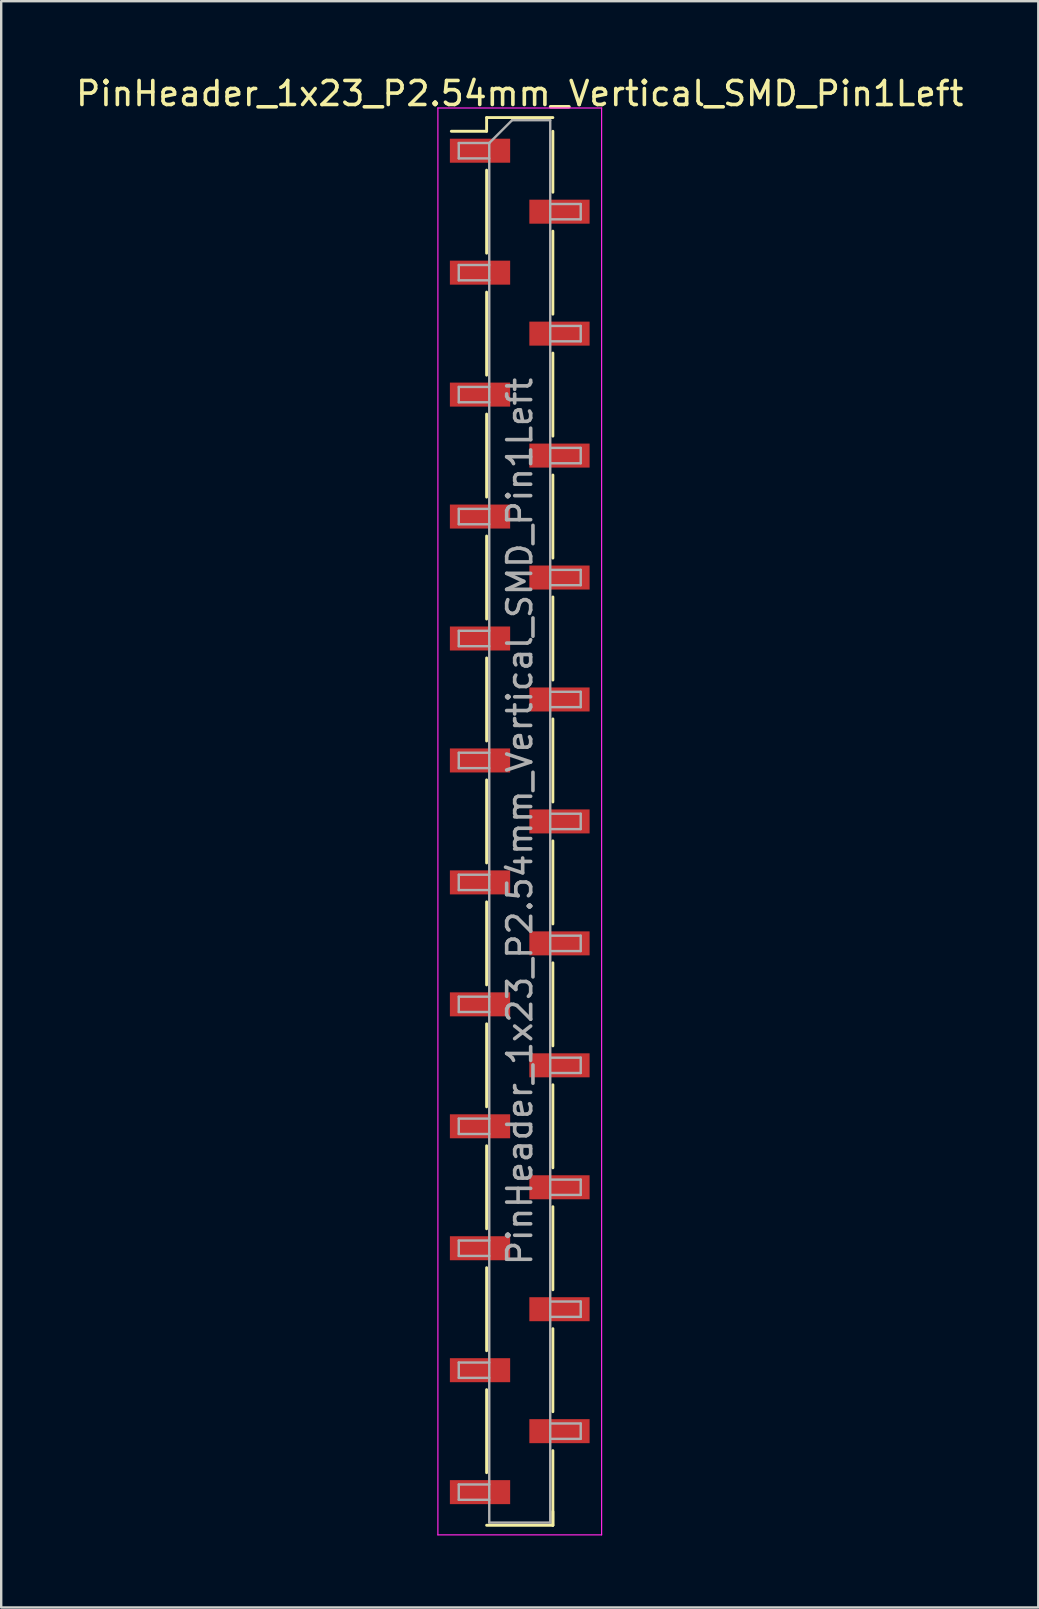
<source format=kicad_pcb>
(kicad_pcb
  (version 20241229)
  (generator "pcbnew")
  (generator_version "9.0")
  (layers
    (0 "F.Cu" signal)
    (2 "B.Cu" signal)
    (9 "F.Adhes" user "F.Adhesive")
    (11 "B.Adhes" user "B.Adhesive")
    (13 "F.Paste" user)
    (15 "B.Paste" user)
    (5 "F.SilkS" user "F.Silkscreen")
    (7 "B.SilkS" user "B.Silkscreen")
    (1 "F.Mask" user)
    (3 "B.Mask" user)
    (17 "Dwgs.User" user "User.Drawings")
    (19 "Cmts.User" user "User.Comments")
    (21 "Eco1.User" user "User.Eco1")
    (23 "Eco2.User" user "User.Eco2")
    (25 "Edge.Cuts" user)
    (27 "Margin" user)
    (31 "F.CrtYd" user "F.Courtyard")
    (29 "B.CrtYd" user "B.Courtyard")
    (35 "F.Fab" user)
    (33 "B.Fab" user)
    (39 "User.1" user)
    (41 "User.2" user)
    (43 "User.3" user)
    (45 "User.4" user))
  (footprint "PinHeader_1x23_P2.54mm_Vertical_SMD_Pin1Left"
    (layer "F.Cu")
    (at 18.601 31.168)
    (property "Reference" "PinHeader_1x23_P2.54mm_Vertical_SMD_Pin1Left" (at 0 -30.32 0) (layer "F.SilkS") (effects (font (size 1 1) (thickness 0.15))))
    (attr smd)
    (fp_line (start -1.38 -29.32) (end -1.38 -28.75) (stroke (width 0.12) (type solid)) (layer "F.SilkS"))
    (fp_line (start -1.38 -29.32) (end 1.38 -29.32) (stroke (width 0.12) (type solid)) (layer "F.SilkS"))
    (fp_line (start -1.38 -28.75) (end -2.85 -28.75) (stroke (width 0.12) (type solid)) (layer "F.SilkS"))
    (fp_line (start -1.38 -27.13) (end -1.38 -23.67) (stroke (width 0.12) (type solid)) (layer "F.SilkS"))
    (fp_line (start -1.38 -22.05) (end -1.38 -18.59) (stroke (width 0.12) (type solid)) (layer "F.SilkS"))
    (fp_line (start -1.38 -16.97) (end -1.38 -13.51) (stroke (width 0.12) (type solid)) (layer "F.SilkS"))
    (fp_line (start -1.38 -11.89) (end -1.38 -8.43) (stroke (width 0.12) (type solid)) (layer "F.SilkS"))
    (fp_line (start -1.38 -6.81) (end -1.38 -3.35) (stroke (width 0.12) (type solid)) (layer "F.SilkS"))
    (fp_line (start -1.38 -1.73) (end -1.38 1.73) (stroke (width 0.12) (type solid)) (layer "F.SilkS"))
    (fp_line (start -1.38 3.35) (end -1.38 6.81) (stroke (width 0.12) (type solid)) (layer "F.SilkS"))
    (fp_line (start -1.38 8.43) (end -1.38 11.89) (stroke (width 0.12) (type solid)) (layer "F.SilkS"))
    (fp_line (start -1.38 13.51) (end -1.38 16.97) (stroke (width 0.12) (type solid)) (layer "F.SilkS"))
    (fp_line (start -1.38 18.59) (end -1.38 22.05) (stroke (width 0.12) (type solid)) (layer "F.SilkS"))
    (fp_line (start -1.38 23.67) (end -1.38 27.13) (stroke (width 0.12) (type solid)) (layer "F.SilkS"))
    (fp_line (start -1.38 29.32) (end 1.38 29.32) (stroke (width 0.12) (type solid)) (layer "F.SilkS"))
    (fp_line (start 1.38 -28.75) (end 1.38 -26.21) (stroke (width 0.12) (type solid)) (layer "F.SilkS"))
    (fp_line (start 1.38 -24.59) (end 1.38 -21.13) (stroke (width 0.12) (type solid)) (layer "F.SilkS"))
    (fp_line (start 1.38 -19.51) (end 1.38 -16.05) (stroke (width 0.12) (type solid)) (layer "F.SilkS"))
    (fp_line (start 1.38 -14.43) (end 1.38 -10.97) (stroke (width 0.12) (type solid)) (layer "F.SilkS"))
    (fp_line (start 1.38 -9.35) (end 1.38 -5.89) (stroke (width 0.12) (type solid)) (layer "F.SilkS"))
    (fp_line (start 1.38 -4.27) (end 1.38 -0.81) (stroke (width 0.12) (type solid)) (layer "F.SilkS"))
    (fp_line (start 1.38 0.81) (end 1.38 4.27) (stroke (width 0.12) (type solid)) (layer "F.SilkS"))
    (fp_line (start 1.38 5.89) (end 1.38 9.35) (stroke (width 0.12) (type solid)) (layer "F.SilkS"))
    (fp_line (start 1.38 10.97) (end 1.38 14.43) (stroke (width 0.12) (type solid)) (layer "F.SilkS"))
    (fp_line (start 1.38 16.05) (end 1.38 19.51) (stroke (width 0.12) (type solid)) (layer "F.SilkS"))
    (fp_line (start 1.38 21.13) (end 1.38 24.59) (stroke (width 0.12) (type solid)) (layer "F.SilkS"))
    (fp_line (start 1.38 26.21) (end 1.38 29.32) (stroke (width 0.12) (type solid)) (layer "F.SilkS"))
    (fp_line (start 1.38 28.75) (end 1.38 29.32) (stroke (width 0.12) (type solid)) (layer "F.SilkS"))
    (fp_line (start -3.41 -29.72) (end -3.41 29.72) (stroke (width 0.05) (type solid)) (layer "F.CrtYd"))
    (fp_line (start -3.41 29.72) (end 3.41 29.72) (stroke (width 0.05) (type solid)) (layer "F.CrtYd"))
    (fp_line (start 3.41 -29.72) (end -3.41 -29.72) (stroke (width 0.05) (type solid)) (layer "F.CrtYd"))
    (fp_line (start 3.41 29.72) (end 3.41 -29.72) (stroke (width 0.05) (type solid)) (layer "F.CrtYd"))
    (fp_line (start -2.54 -28.26) (end -2.54 -27.62) (stroke (width 0.1) (type solid)) (layer "F.Fab"))
    (fp_line (start -2.54 -27.62) (end -1.27 -27.62) (stroke (width 0.1) (type solid)) (layer "F.Fab"))
    (fp_line (start -2.54 -23.18) (end -2.54 -22.54) (stroke (width 0.1) (type solid)) (layer "F.Fab"))
    (fp_line (start -2.54 -22.54) (end -1.27 -22.54) (stroke (width 0.1) (type solid)) (layer "F.Fab"))
    (fp_line (start -2.54 -18.1) (end -2.54 -17.46) (stroke (width 0.1) (type solid)) (layer "F.Fab"))
    (fp_line (start -2.54 -17.46) (end -1.27 -17.46) (stroke (width 0.1) (type solid)) (layer "F.Fab"))
    (fp_line (start -2.54 -13.02) (end -2.54 -12.38) (stroke (width 0.1) (type solid)) (layer "F.Fab"))
    (fp_line (start -2.54 -12.38) (end -1.27 -12.38) (stroke (width 0.1) (type solid)) (layer "F.Fab"))
    (fp_line (start -2.54 -7.94) (end -2.54 -7.3) (stroke (width 0.1) (type solid)) (layer "F.Fab"))
    (fp_line (start -2.54 -7.3) (end -1.27 -7.3) (stroke (width 0.1) (type solid)) (layer "F.Fab"))
    (fp_line (start -2.54 -2.86) (end -2.54 -2.22) (stroke (width 0.1) (type solid)) (layer "F.Fab"))
    (fp_line (start -2.54 -2.22) (end -1.27 -2.22) (stroke (width 0.1) (type solid)) (layer "F.Fab"))
    (fp_line (start -2.54 2.22) (end -2.54 2.86) (stroke (width 0.1) (type solid)) (layer "F.Fab"))
    (fp_line (start -2.54 2.86) (end -1.27 2.86) (stroke (width 0.1) (type solid)) (layer "F.Fab"))
    (fp_line (start -2.54 7.3) (end -2.54 7.94) (stroke (width 0.1) (type solid)) (layer "F.Fab"))
    (fp_line (start -2.54 7.94) (end -1.27 7.94) (stroke (width 0.1) (type solid)) (layer "F.Fab"))
    (fp_line (start -2.54 12.38) (end -2.54 13.02) (stroke (width 0.1) (type solid)) (layer "F.Fab"))
    (fp_line (start -2.54 13.02) (end -1.27 13.02) (stroke (width 0.1) (type solid)) (layer "F.Fab"))
    (fp_line (start -2.54 17.46) (end -2.54 18.1) (stroke (width 0.1) (type solid)) (layer "F.Fab"))
    (fp_line (start -2.54 18.1) (end -1.27 18.1) (stroke (width 0.1) (type solid)) (layer "F.Fab"))
    (fp_line (start -2.54 22.54) (end -2.54 23.18) (stroke (width 0.1) (type solid)) (layer "F.Fab"))
    (fp_line (start -2.54 23.18) (end -1.27 23.18) (stroke (width 0.1) (type solid)) (layer "F.Fab"))
    (fp_line (start -2.54 27.62) (end -2.54 28.26) (stroke (width 0.1) (type solid)) (layer "F.Fab"))
    (fp_line (start -2.54 28.26) (end -1.27 28.26) (stroke (width 0.1) (type solid)) (layer "F.Fab"))
    (fp_line (start -1.27 -28.26) (end -2.54 -28.26) (stroke (width 0.1) (type solid)) (layer "F.Fab"))
    (fp_line (start -1.27 -28.26) (end -0.32 -29.21) (stroke (width 0.1) (type solid)) (layer "F.Fab"))
    (fp_line (start -1.27 -23.18) (end -2.54 -23.18) (stroke (width 0.1) (type solid)) (layer "F.Fab"))
    (fp_line (start -1.27 -18.1) (end -2.54 -18.1) (stroke (width 0.1) (type solid)) (layer "F.Fab"))
    (fp_line (start -1.27 -13.02) (end -2.54 -13.02) (stroke (width 0.1) (type solid)) (layer "F.Fab"))
    (fp_line (start -1.27 -7.94) (end -2.54 -7.94) (stroke (width 0.1) (type solid)) (layer "F.Fab"))
    (fp_line (start -1.27 -2.86) (end -2.54 -2.86) (stroke (width 0.1) (type solid)) (layer "F.Fab"))
    (fp_line (start -1.27 2.22) (end -2.54 2.22) (stroke (width 0.1) (type solid)) (layer "F.Fab"))
    (fp_line (start -1.27 7.3) (end -2.54 7.3) (stroke (width 0.1) (type solid)) (layer "F.Fab"))
    (fp_line (start -1.27 12.38) (end -2.54 12.38) (stroke (width 0.1) (type solid)) (layer "F.Fab"))
    (fp_line (start -1.27 17.46) (end -2.54 17.46) (stroke (width 0.1) (type solid)) (layer "F.Fab"))
    (fp_line (start -1.27 22.54) (end -2.54 22.54) (stroke (width 0.1) (type solid)) (layer "F.Fab"))
    (fp_line (start -1.27 27.62) (end -2.54 27.62) (stroke (width 0.1) (type solid)) (layer "F.Fab"))
    (fp_line (start -1.27 29.21) (end -1.27 -28.26) (stroke (width 0.1) (type solid)) (layer "F.Fab"))
    (fp_line (start -0.32 -29.21) (end 1.27 -29.21) (stroke (width 0.1) (type solid)) (layer "F.Fab"))
    (fp_line (start 1.27 -29.21) (end 1.27 29.21) (stroke (width 0.1) (type solid)) (layer "F.Fab"))
    (fp_line (start 1.27 -25.72) (end 2.54 -25.72) (stroke (width 0.1) (type solid)) (layer "F.Fab"))
    (fp_line (start 1.27 -20.64) (end 2.54 -20.64) (stroke (width 0.1) (type solid)) (layer "F.Fab"))
    (fp_line (start 1.27 -15.56) (end 2.54 -15.56) (stroke (width 0.1) (type solid)) (layer "F.Fab"))
    (fp_line (start 1.27 -10.48) (end 2.54 -10.48) (stroke (width 0.1) (type solid)) (layer "F.Fab"))
    (fp_line (start 1.27 -5.4) (end 2.54 -5.4) (stroke (width 0.1) (type solid)) (layer "F.Fab"))
    (fp_line (start 1.27 -0.32) (end 2.54 -0.32) (stroke (width 0.1) (type solid)) (layer "F.Fab"))
    (fp_line (start 1.27 4.76) (end 2.54 4.76) (stroke (width 0.1) (type solid)) (layer "F.Fab"))
    (fp_line (start 1.27 9.84) (end 2.54 9.84) (stroke (width 0.1) (type solid)) (layer "F.Fab"))
    (fp_line (start 1.27 14.92) (end 2.54 14.92) (stroke (width 0.1) (type solid)) (layer "F.Fab"))
    (fp_line (start 1.27 20) (end 2.54 20) (stroke (width 0.1) (type solid)) (layer "F.Fab"))
    (fp_line (start 1.27 25.08) (end 2.54 25.08) (stroke (width 0.1) (type solid)) (layer "F.Fab"))
    (fp_line (start 1.27 29.21) (end -1.27 29.21) (stroke (width 0.1) (type solid)) (layer "F.Fab"))
    (fp_line (start 2.54 -25.72) (end 2.54 -25.08) (stroke (width 0.1) (type solid)) (layer "F.Fab"))
    (fp_line (start 2.54 -25.08) (end 1.27 -25.08) (stroke (width 0.1) (type solid)) (layer "F.Fab"))
    (fp_line (start 2.54 -20.64) (end 2.54 -20) (stroke (width 0.1) (type solid)) (layer "F.Fab"))
    (fp_line (start 2.54 -20) (end 1.27 -20) (stroke (width 0.1) (type solid)) (layer "F.Fab"))
    (fp_line (start 2.54 -15.56) (end 2.54 -14.92) (stroke (width 0.1) (type solid)) (layer "F.Fab"))
    (fp_line (start 2.54 -14.92) (end 1.27 -14.92) (stroke (width 0.1) (type solid)) (layer "F.Fab"))
    (fp_line (start 2.54 -10.48) (end 2.54 -9.84) (stroke (width 0.1) (type solid)) (layer "F.Fab"))
    (fp_line (start 2.54 -9.84) (end 1.27 -9.84) (stroke (width 0.1) (type solid)) (layer "F.Fab"))
    (fp_line (start 2.54 -5.4) (end 2.54 -4.76) (stroke (width 0.1) (type solid)) (layer "F.Fab"))
    (fp_line (start 2.54 -4.76) (end 1.27 -4.76) (stroke (width 0.1) (type solid)) (layer "F.Fab"))
    (fp_line (start 2.54 -0.32) (end 2.54 0.32) (stroke (width 0.1) (type solid)) (layer "F.Fab"))
    (fp_line (start 2.54 0.32) (end 1.27 0.32) (stroke (width 0.1) (type solid)) (layer "F.Fab"))
    (fp_line (start 2.54 4.76) (end 2.54 5.4) (stroke (width 0.1) (type solid)) (layer "F.Fab"))
    (fp_line (start 2.54 5.4) (end 1.27 5.4) (stroke (width 0.1) (type solid)) (layer "F.Fab"))
    (fp_line (start 2.54 9.84) (end 2.54 10.48) (stroke (width 0.1) (type solid)) (layer "F.Fab"))
    (fp_line (start 2.54 10.48) (end 1.27 10.48) (stroke (width 0.1) (type solid)) (layer "F.Fab"))
    (fp_line (start 2.54 14.92) (end 2.54 15.56) (stroke (width 0.1) (type solid)) (layer "F.Fab"))
    (fp_line (start 2.54 15.56) (end 1.27 15.56) (stroke (width 0.1) (type solid)) (layer "F.Fab"))
    (fp_line (start 2.54 20) (end 2.54 20.64) (stroke (width 0.1) (type solid)) (layer "F.Fab"))
    (fp_line (start 2.54 20.64) (end 1.27 20.64) (stroke (width 0.1) (type solid)) (layer "F.Fab"))
    (fp_line (start 2.54 25.08) (end 2.54 25.72) (stroke (width 0.1) (type solid)) (layer "F.Fab"))
    (fp_line (start 2.54 25.72) (end 1.27 25.72) (stroke (width 0.1) (type solid)) (layer "F.Fab"))
    (fp_text user "${REFERENCE}" (at 0 0 90) (layer "F.Fab") (effects (font (size 1 1) (thickness 0.15))))
    (pad "1" smd rect (at -1.655 -27.94) (size 2.51 1) (layers "F.Cu" "F.Mask" "F.Paste"))
    (pad "2" smd rect (at 1.655 -25.4) (size 2.51 1) (layers "F.Cu" "F.Mask" "F.Paste"))
    (pad "3" smd rect (at -1.655 -22.86) (size 2.51 1) (layers "F.Cu" "F.Mask" "F.Paste"))
    (pad "4" smd rect (at 1.655 -20.32) (size 2.51 1) (layers "F.Cu" "F.Mask" "F.Paste"))
    (pad "5" smd rect (at -1.655 -17.78) (size 2.51 1) (layers "F.Cu" "F.Mask" "F.Paste"))
    (pad "6" smd rect (at 1.655 -15.24) (size 2.51 1) (layers "F.Cu" "F.Mask" "F.Paste"))
    (pad "7" smd rect (at -1.655 -12.7) (size 2.51 1) (layers "F.Cu" "F.Mask" "F.Paste"))
    (pad "8" smd rect (at 1.655 -10.16) (size 2.51 1) (layers "F.Cu" "F.Mask" "F.Paste"))
    (pad "9" smd rect (at -1.655 -7.62) (size 2.51 1) (layers "F.Cu" "F.Mask" "F.Paste"))
    (pad "10" smd rect (at 1.655 -5.08) (size 2.51 1) (layers "F.Cu" "F.Mask" "F.Paste"))
    (pad "11" smd rect (at -1.655 -2.54) (size 2.51 1) (layers "F.Cu" "F.Mask" "F.Paste"))
    (pad "12" smd rect (at 1.655 0) (size 2.51 1) (layers "F.Cu" "F.Mask" "F.Paste"))
    (pad "13" smd rect (at -1.655 2.54) (size 2.51 1) (layers "F.Cu" "F.Mask" "F.Paste"))
    (pad "14" smd rect (at 1.655 5.08) (size 2.51 1) (layers "F.Cu" "F.Mask" "F.Paste"))
    (pad "15" smd rect (at -1.655 7.62) (size 2.51 1) (layers "F.Cu" "F.Mask" "F.Paste"))
    (pad "16" smd rect (at 1.655 10.16) (size 2.51 1) (layers "F.Cu" "F.Mask" "F.Paste"))
    (pad "17" smd rect (at -1.655 12.7) (size 2.51 1) (layers "F.Cu" "F.Mask" "F.Paste"))
    (pad "18" smd rect (at 1.655 15.24) (size 2.51 1) (layers "F.Cu" "F.Mask" "F.Paste"))
    (pad "19" smd rect (at -1.655 17.78) (size 2.51 1) (layers "F.Cu" "F.Mask" "F.Paste"))
    (pad "20" smd rect (at 1.655 20.32) (size 2.51 1) (layers "F.Cu" "F.Mask" "F.Paste"))
    (pad "21" smd rect (at -1.655 22.86) (size 2.51 1) (layers "F.Cu" "F.Mask" "F.Paste"))
    (pad "22" smd rect (at 1.655 25.4) (size 2.51 1) (layers "F.Cu" "F.Mask" "F.Paste"))
    (pad "23" smd rect (at -1.655 27.94) (size 2.51 1) (layers "F.Cu" "F.Mask" "F.Paste")))
  (gr_rect
    (start -3 -3)
    (end 40.202 63.913)
    (stroke (width 0.1) (type default))
    (fill no)
    (layer "Edge.Cuts")))
</source>
